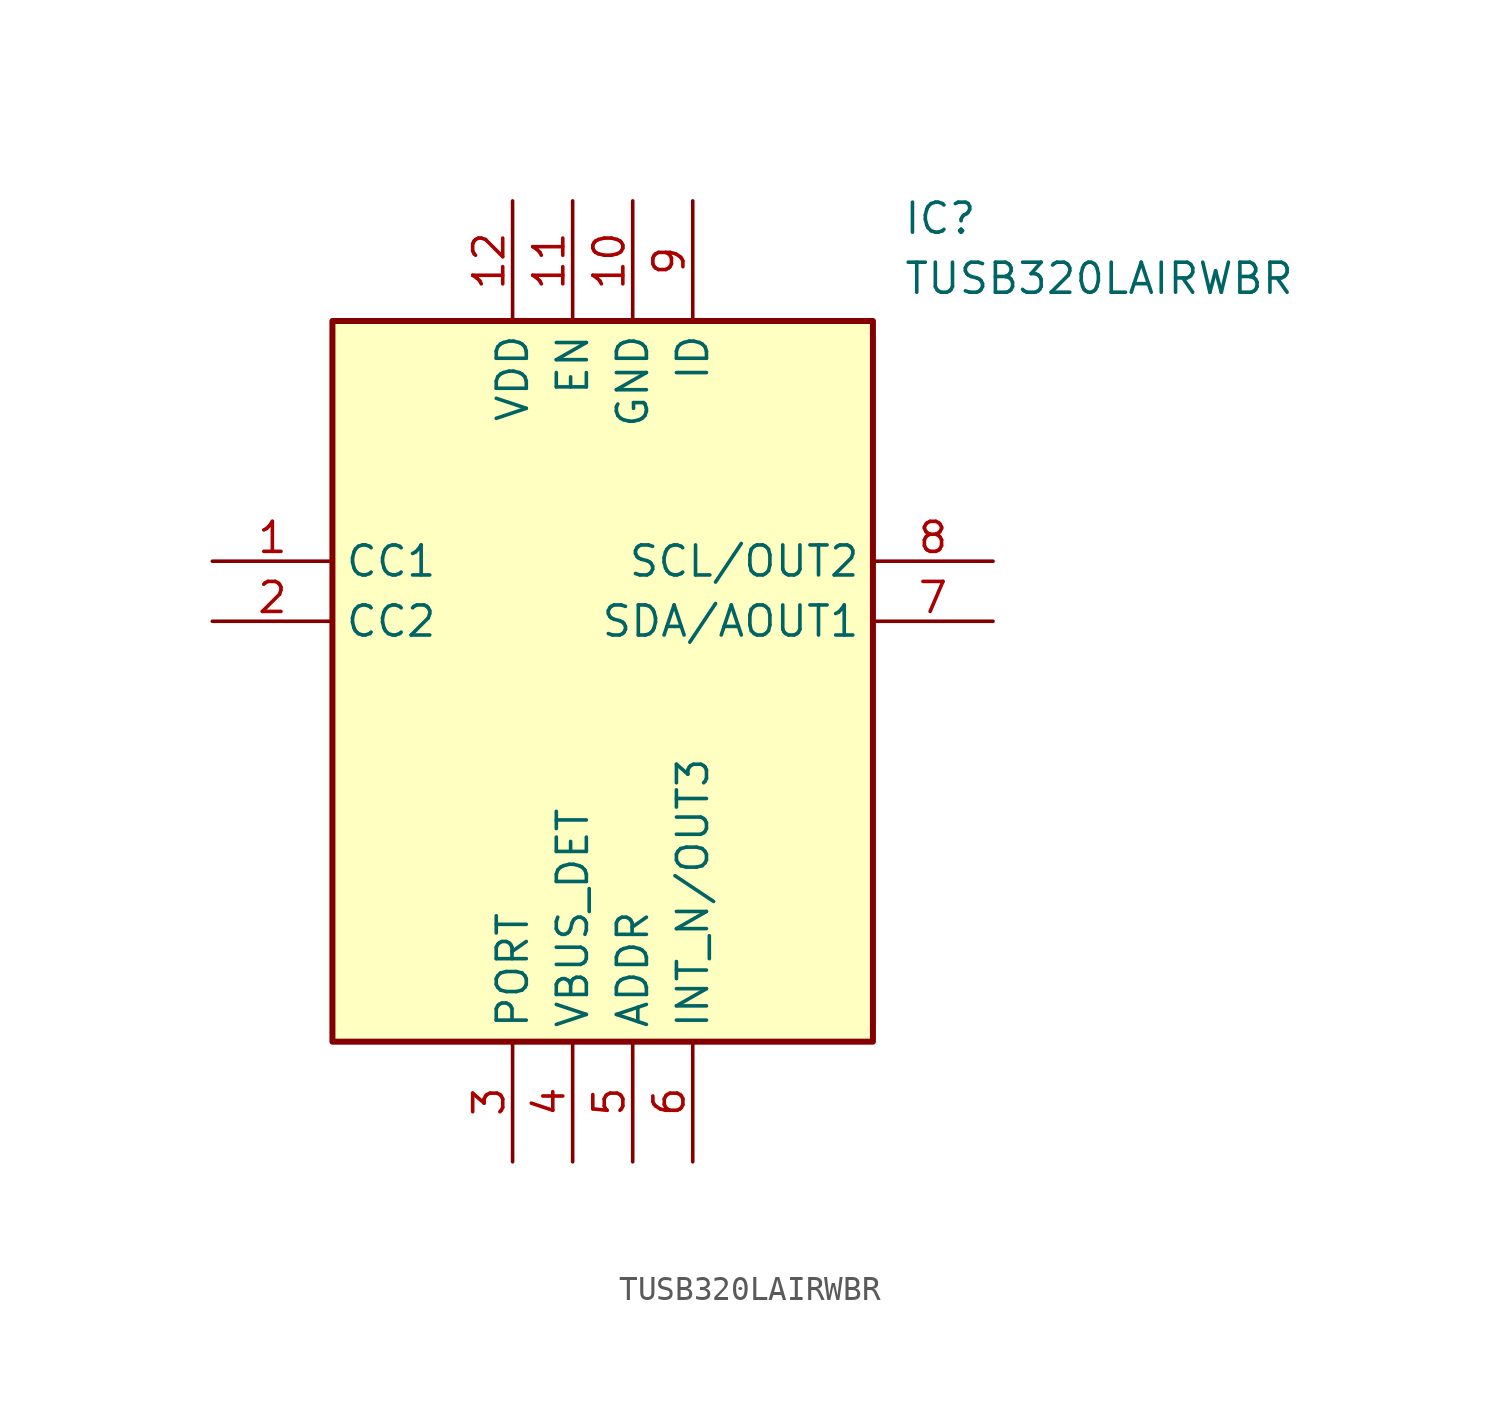
<source format=kicad_sym>
(kicad_symbol_lib
  (version 20211014)
  (generator SamacSys_ECAD_Model)
  (symbol "TUSB320LAIRWBR"
    (property "Reference" "IC"
      (at 29.21 15.24 0)
      (effects (font (size 1.27 1.27)) (justify left top)))
    (property "Value" "TUSB320LAIRWBR"
      (at 29.21 12.7 0)
      (effects (font (size 1.27 1.27)) (justify left top)))
    (rectangle
      (start 5.08 10.16)
      (end 27.94 -20.32)
      (stroke (width 0.254) (type default))
      (fill (type background)))
    (pin passive line
      (at 0 0 0)
      (length 5.08)
      (name "CC1" (effects (font (size 1.27 1.27))))
      (number "1" (effects (font (size 1.27 1.27)))))
    (pin passive line
      (at 0 -2.54 0)
      (length 5.08)
      (name "CC2" (effects (font (size 1.27 1.27))))
      (number "2" (effects (font (size 1.27 1.27)))))
    (pin passive line
      (at 12.7 -25.4 90)
      (length 5.08)
      (name "PORT" (effects (font (size 1.27 1.27))))
      (number "3" (effects (font (size 1.27 1.27)))))
    (pin passive line
      (at 15.24 -25.4 90)
      (length 5.08)
      (name "VBUS_DET" (effects (font (size 1.27 1.27))))
      (number "4" (effects (font (size 1.27 1.27)))))
    (pin passive line
      (at 17.78 -25.4 90)
      (length 5.08)
      (name "ADDR" (effects (font (size 1.27 1.27))))
      (number "5" (effects (font (size 1.27 1.27)))))
    (pin passive line
      (at 20.32 -25.4 90)
      (length 5.08)
      (name "INT_N/OUT3" (effects (font (size 1.27 1.27))))
      (number "6" (effects (font (size 1.27 1.27)))))
    (pin passive line
      (at 33.02 -2.54 180)
      (length 5.08)
      (name "SDA/AOUT1" (effects (font (size 1.27 1.27))))
      (number "7" (effects (font (size 1.27 1.27)))))
    (pin passive line
      (at 33.02 0 180)
      (length 5.08)
      (name "SCL/OUT2" (effects (font (size 1.27 1.27))))
      (number "8" (effects (font (size 1.27 1.27)))))
    (pin passive line
      (at 20.32 15.24 270)
      (length 5.08)
      (name "ID" (effects (font (size 1.27 1.27))))
      (number "9" (effects (font (size 1.27 1.27)))))
    (pin passive line
      (at 17.78 15.24 270)
      (length 5.08)
      (name "GND" (effects (font (size 1.27 1.27))))
      (number "10" (effects (font (size 1.27 1.27)))))
    (pin passive line
      (at 15.24 15.24 270)
      (length 5.08)
      (name "EN" (effects (font (size 1.27 1.27))))
      (number "11" (effects (font (size 1.27 1.27)))))
    (pin passive line
      (at 12.7 15.24 270)
      (length 5.08)
      (name "VDD" (effects (font (size 1.27 1.27))))
      (number "12" (effects (font (size 1.27 1.27)))))))
</source>
